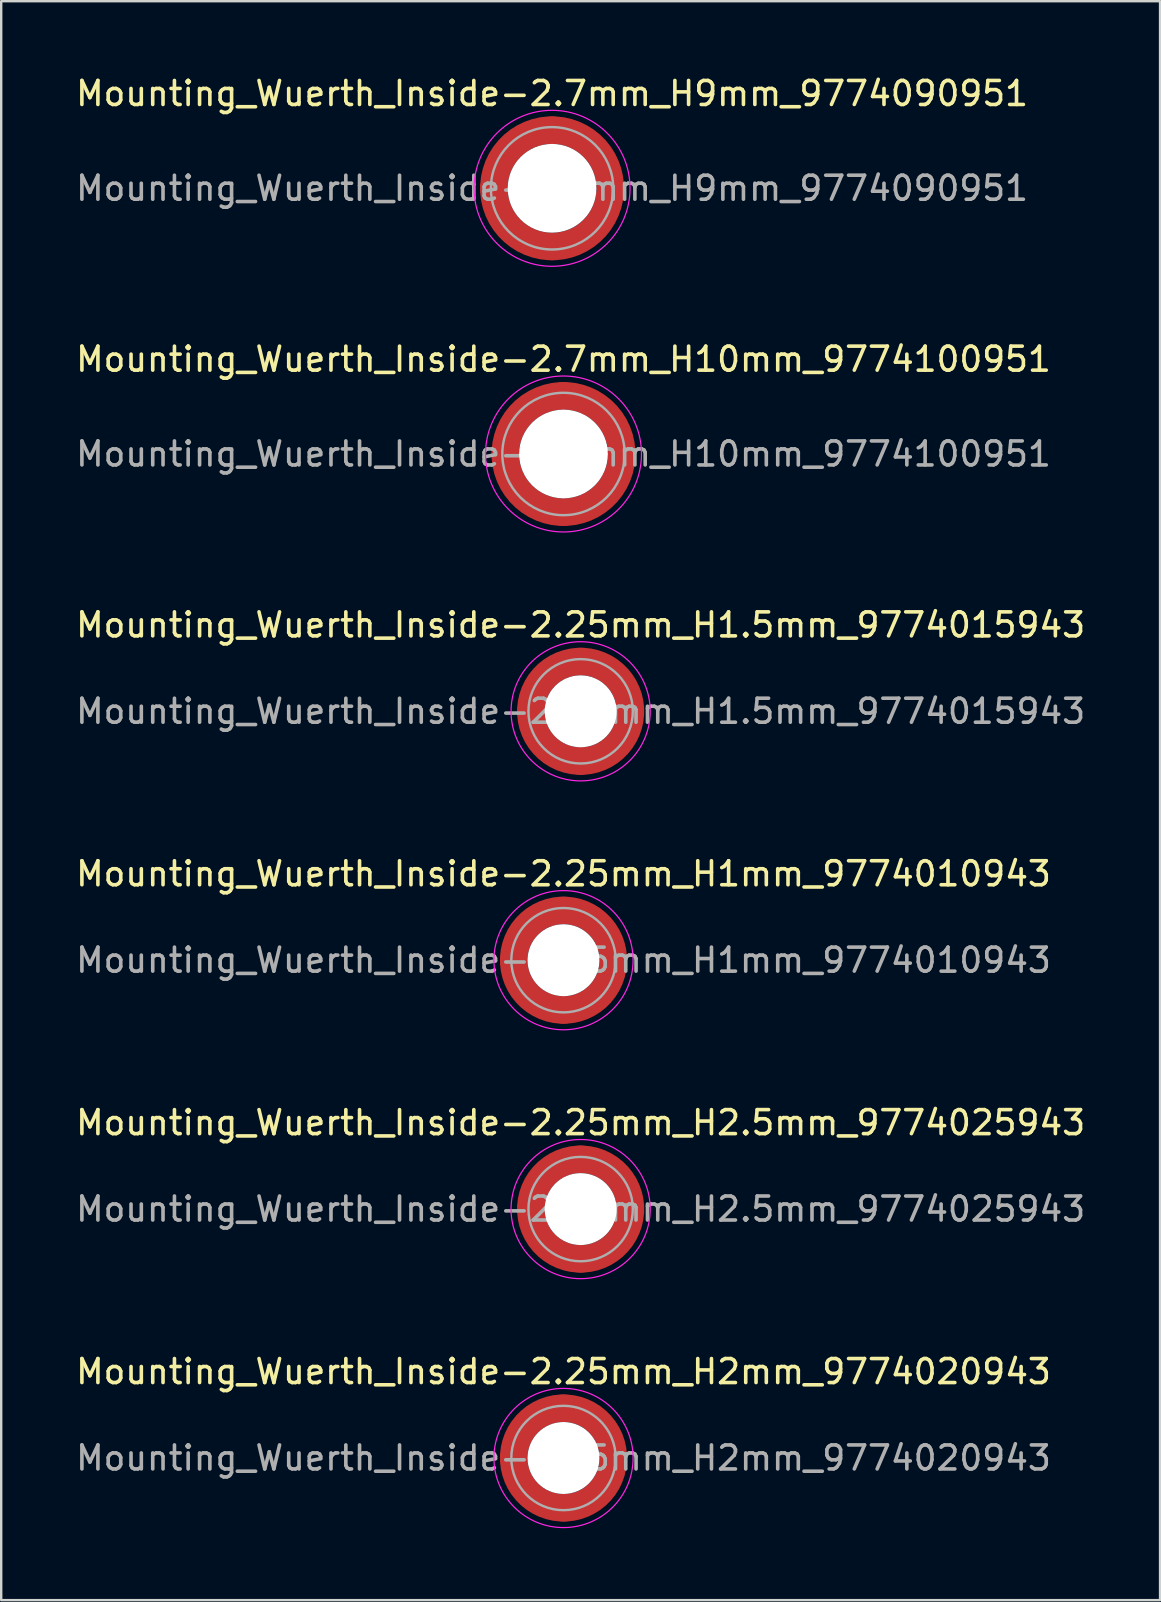
<source format=kicad_pcb>
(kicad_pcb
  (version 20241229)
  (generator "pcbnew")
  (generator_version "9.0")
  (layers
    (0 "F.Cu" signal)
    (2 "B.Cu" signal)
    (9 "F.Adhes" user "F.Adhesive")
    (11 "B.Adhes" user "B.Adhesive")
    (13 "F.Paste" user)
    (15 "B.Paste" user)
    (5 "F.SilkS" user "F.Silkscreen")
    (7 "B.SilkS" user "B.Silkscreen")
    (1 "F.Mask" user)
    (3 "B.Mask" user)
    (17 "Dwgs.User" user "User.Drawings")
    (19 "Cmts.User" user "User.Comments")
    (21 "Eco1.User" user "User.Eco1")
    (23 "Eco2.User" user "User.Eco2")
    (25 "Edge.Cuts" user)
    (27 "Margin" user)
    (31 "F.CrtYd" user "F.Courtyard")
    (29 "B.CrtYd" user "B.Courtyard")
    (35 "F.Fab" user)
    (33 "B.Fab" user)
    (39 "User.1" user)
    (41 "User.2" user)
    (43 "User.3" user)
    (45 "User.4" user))
  (footprint "Mounting_Wuerth_Inside-2.7mm_H9mm_9774090951"
    (layer "F.Cu")
    (at 19.958 4.798)
    (property "Reference" "Mounting_Wuerth_Inside-2.7mm_H9mm_9774090951" (at 0 -3.95 0) (layer "F.SilkS") (effects (font (size 1 1) (thickness 0.15))))
    (attr smd)
    (fp_circle (center 0 0) (end 3.25 0) (stroke (width 0.05) (type solid)) (fill no) (layer "F.CrtYd"))
    (fp_circle (center 0 0) (end 2.55 0) (stroke (width 0.1) (type solid)) (fill no) (layer "F.Fab"))
    (fp_text user "${REFERENCE}" (at 0 0 0) (layer "F.Fab") (effects (font (size 1 1) (thickness 0.15))))
    (pad "" smd custom (at -1.704 -1.704) (size 1.02 1.02) (layers "F.Paste") (options (anchor circle)) (primitives (gr_arc (start -0.371355 1.124127) (mid 0.180312 0.180312) (end 1.124127 -0.371355) (width 0.51)) (gr_arc (start -0.635039 1.124127) (mid 0 0) (end 1.124127 -0.635039) (width 0.51)) (gr_arc (start -0.896993 1.124127) (mid -0.180313 -0.180313) (end 1.124127 -0.896993) (width 0.51)) (gr_line (start 1.124 -0.371) (end 1.124 -0.897) (width 0.51)) (gr_line (start -0.371 1.124) (end -0.897 1.124) (width 0.51))))
    (pad "" smd custom (at -1.704 1.704) (size 1.02 1.02) (layers "F.Paste") (options (anchor circle)) (primitives (gr_arc (start 1.124127 0.371355) (mid 0.180312 -0.180312) (end -0.371355 -1.124127) (width 0.51)) (gr_arc (start 1.124127 0.635039) (mid 0 0) (end -0.635039 -1.124127) (width 0.51)) (gr_arc (start 1.124127 0.896993) (mid -0.180313 0.180313) (end -0.896993 -1.124127) (width 0.51)) (gr_line (start -0.371 -1.124) (end -0.897 -1.124) (width 0.51)) (gr_line (start 1.124 0.371) (end 1.124 0.897) (width 0.51))))
    (pad "" np_thru_hole circle (at 0 0) (size 3.7 3.7) (drill 3.7) (layers "*.Cu" "*.Mask"))
    (pad "" smd custom (at 1.704 -1.704) (size 1.02 1.02) (layers "F.Paste") (options (anchor circle)) (primitives (gr_arc (start -1.124127 -0.371355) (mid -0.180312 0.180312) (end 0.371355 1.124127) (width 0.51)) (gr_arc (start -1.124127 -0.635039) (mid 0 0) (end 0.635039 1.124127) (width 0.51)) (gr_arc (start -1.124127 -0.896993) (mid 0.180313 -0.180313) (end 0.896993 1.124127) (width 0.51)) (gr_line (start 0.371 1.124) (end 0.897 1.124) (width 0.51)) (gr_line (start -1.124 -0.371) (end -1.124 -0.897) (width 0.51))))
    (pad "" smd custom (at 1.704 1.704) (size 1.02 1.02) (layers "F.Paste") (options (anchor circle)) (primitives (gr_arc (start 0.371355 -1.124127) (mid -0.180312 -0.180312) (end -1.124127 0.371355) (width 0.51)) (gr_arc (start 0.635039 -1.124127) (mid 0 0) (end -1.124127 0.635039) (width 0.51)) (gr_arc (start 0.896993 -1.124127) (mid 0.180313 0.180313) (end -1.124127 0.896993) (width 0.51)) (gr_line (start -1.124 0.371) (end -1.124 0.897) (width 0.51)) (gr_line (start 0.371 -1.124) (end 0.897 -1.124) (width 0.51))))
    (pad "1" smd circle (at -2.425 0) (size 1.15 1.15) (layers "F.Cu"))
    (pad "1" smd circle (at 0 -2.425) (size 1.15 1.15) (layers "F.Cu"))
    (pad "1" smd circle (at 0 2.425) (size 1.15 1.15) (layers "F.Cu"))
    (pad "1" smd custom (at 2.425 0) (size 1.15 1.15) (layers "F.Cu" "F.Mask") (options (anchor circle)) (primitives (gr_circle (center -2.425 0) (end 0 0) (width 1.15) (fill no)))))
  (footprint "Mounting_Wuerth_Inside-2.25mm_H1mm_9774010943"
    (layer "F.Cu")
    (at 20.435 36.968)
    (property "Reference" "Mounting_Wuerth_Inside-2.25mm_H1mm_9774010943" (at 0 -3.6 0) (layer "F.SilkS") (effects (font (size 1 1) (thickness 0.15))))
    (attr smd)
    (fp_circle (center 0 0) (end 2.9 0) (stroke (width 0.05) (type solid)) (fill no) (layer "F.CrtYd"))
    (fp_circle (center 0 0) (end 2.175 0) (stroke (width 0.1) (type solid)) (fill no) (layer "F.Fab"))
    (fp_text user "${REFERENCE}" (at 0 0 0) (layer "F.Fab") (effects (font (size 1 1) (thickness 0.15))))
    (pad "" smd custom (at -1.453 -1.453) (size 1.01 1.01) (layers "F.Paste") (options (anchor circle)) (primitives (gr_arc (start -0.262632 0.900604) (mid 0.178544 0.178544) (end 0.900604 -0.262632) (width 0.505)) (gr_arc (start -0.526231 0.900604) (mid 0 0) (end 0.900604 -0.526231) (width 0.505)) (gr_arc (start -0.787275 0.900604) (mid -0.178545 -0.178545) (end 0.900604 -0.787275) (width 0.505)) (gr_line (start 0.901 -0.263) (end 0.901 -0.787) (width 0.505)) (gr_line (start -0.263 0.901) (end -0.787 0.901) (width 0.505))))
    (pad "" smd custom (at -1.453 1.453) (size 1.01 1.01) (layers "F.Paste") (options (anchor circle)) (primitives (gr_arc (start 0.900604 0.262632) (mid 0.178544 -0.178544) (end -0.262632 -0.900604) (width 0.505)) (gr_arc (start 0.900604 0.526231) (mid 0 0) (end -0.526231 -0.900604) (width 0.505)) (gr_arc (start 0.900604 0.787275) (mid -0.178545 0.178545) (end -0.787275 -0.900604) (width 0.505)) (gr_line (start -0.263 -0.901) (end -0.787 -0.901) (width 0.505)) (gr_line (start 0.901 0.263) (end 0.901 0.787) (width 0.505))))
    (pad "" np_thru_hole circle (at 0 0) (size 3 3) (drill 3) (layers "*.Cu" "*.Mask"))
    (pad "" smd custom (at 1.453 -1.453) (size 1.01 1.01) (layers "F.Paste") (options (anchor circle)) (primitives (gr_arc (start -0.900604 -0.262632) (mid -0.178544 0.178544) (end 0.262632 0.900604) (width 0.505)) (gr_arc (start -0.900604 -0.526231) (mid 0 0) (end 0.526231 0.900604) (width 0.505)) (gr_arc (start -0.900604 -0.787275) (mid 0.178545 -0.178545) (end 0.787275 0.900604) (width 0.505)) (gr_line (start 0.263 0.901) (end 0.787 0.901) (width 0.505)) (gr_line (start -0.901 -0.263) (end -0.901 -0.787) (width 0.505))))
    (pad "" smd custom (at 1.453 1.453) (size 1.01 1.01) (layers "F.Paste") (options (anchor circle)) (primitives (gr_arc (start 0.262632 -0.900604) (mid -0.178544 -0.178544) (end -0.900604 0.262632) (width 0.505)) (gr_arc (start 0.526231 -0.900604) (mid 0 0) (end -0.900604 0.526231) (width 0.505)) (gr_arc (start 0.787275 -0.900604) (mid 0.178545 0.178545) (end -0.900604 0.787275) (width 0.505)) (gr_line (start -0.901 0.263) (end -0.901 0.787) (width 0.505)) (gr_line (start 0.263 -0.901) (end 0.787 -0.901) (width 0.505))))
    (pad "1" smd circle (at -2.075 0) (size 1.15 1.15) (layers "F.Cu"))
    (pad "1" smd circle (at 0 -2.075) (size 1.15 1.15) (layers "F.Cu"))
    (pad "1" smd circle (at 0 2.075) (size 1.15 1.15) (layers "F.Cu"))
    (pad "1" smd custom (at 2.075 0) (size 1.15 1.15) (layers "F.Cu" "F.Mask") (options (anchor circle)) (primitives (gr_circle (center -2.075 0) (end 0 0) (width 1.15) (fill no)))))
  (footprint "Mounting_Wuerth_Inside-2.7mm_H10mm_9774100951"
    (layer "F.Cu")
    (at 20.435 15.871)
    (property "Reference" "Mounting_Wuerth_Inside-2.7mm_H10mm_9774100951" (at 0 -3.95 0) (layer "F.SilkS") (effects (font (size 1 1) (thickness 0.15))))
    (attr smd)
    (fp_circle (center 0 0) (end 3.25 0) (stroke (width 0.05) (type solid)) (fill no) (layer "F.CrtYd"))
    (fp_circle (center 0 0) (end 2.55 0) (stroke (width 0.1) (type solid)) (fill no) (layer "F.Fab"))
    (fp_text user "${REFERENCE}" (at 0 0 0) (layer "F.Fab") (effects (font (size 1 1) (thickness 0.15))))
    (pad "" smd custom (at -1.704 -1.704) (size 1.02 1.02) (layers "F.Paste") (options (anchor circle)) (primitives (gr_arc (start -0.371355 1.124127) (mid 0.180312 0.180312) (end 1.124127 -0.371355) (width 0.51)) (gr_arc (start -0.635039 1.124127) (mid 0 0) (end 1.124127 -0.635039) (width 0.51)) (gr_arc (start -0.896993 1.124127) (mid -0.180313 -0.180313) (end 1.124127 -0.896993) (width 0.51)) (gr_line (start 1.124 -0.371) (end 1.124 -0.897) (width 0.51)) (gr_line (start -0.371 1.124) (end -0.897 1.124) (width 0.51))))
    (pad "" smd custom (at -1.704 1.704) (size 1.02 1.02) (layers "F.Paste") (options (anchor circle)) (primitives (gr_arc (start 1.124127 0.371355) (mid 0.180312 -0.180312) (end -0.371355 -1.124127) (width 0.51)) (gr_arc (start 1.124127 0.635039) (mid 0 0) (end -0.635039 -1.124127) (width 0.51)) (gr_arc (start 1.124127 0.896993) (mid -0.180313 0.180313) (end -0.896993 -1.124127) (width 0.51)) (gr_line (start -0.371 -1.124) (end -0.897 -1.124) (width 0.51)) (gr_line (start 1.124 0.371) (end 1.124 0.897) (width 0.51))))
    (pad "" np_thru_hole circle (at 0 0) (size 3.7 3.7) (drill 3.7) (layers "*.Cu" "*.Mask"))
    (pad "" smd custom (at 1.704 -1.704) (size 1.02 1.02) (layers "F.Paste") (options (anchor circle)) (primitives (gr_arc (start -1.124127 -0.371355) (mid -0.180312 0.180312) (end 0.371355 1.124127) (width 0.51)) (gr_arc (start -1.124127 -0.635039) (mid 0 0) (end 0.635039 1.124127) (width 0.51)) (gr_arc (start -1.124127 -0.896993) (mid 0.180313 -0.180313) (end 0.896993 1.124127) (width 0.51)) (gr_line (start 0.371 1.124) (end 0.897 1.124) (width 0.51)) (gr_line (start -1.124 -0.371) (end -1.124 -0.897) (width 0.51))))
    (pad "" smd custom (at 1.704 1.704) (size 1.02 1.02) (layers "F.Paste") (options (anchor circle)) (primitives (gr_arc (start 0.371355 -1.124127) (mid -0.180312 -0.180312) (end -1.124127 0.371355) (width 0.51)) (gr_arc (start 0.635039 -1.124127) (mid 0 0) (end -1.124127 0.635039) (width 0.51)) (gr_arc (start 0.896993 -1.124127) (mid 0.180313 0.180313) (end -1.124127 0.896993) (width 0.51)) (gr_line (start -1.124 0.371) (end -1.124 0.897) (width 0.51)) (gr_line (start 0.371 -1.124) (end 0.897 -1.124) (width 0.51))))
    (pad "1" smd circle (at -2.425 0) (size 1.15 1.15) (layers "F.Cu"))
    (pad "1" smd circle (at 0 -2.425) (size 1.15 1.15) (layers "F.Cu"))
    (pad "1" smd circle (at 0 2.425) (size 1.15 1.15) (layers "F.Cu"))
    (pad "1" smd custom (at 2.425 0) (size 1.15 1.15) (layers "F.Cu" "F.Mask") (options (anchor circle)) (primitives (gr_circle (center -2.425 0) (end 0 0) (width 1.15) (fill no)))))
  (footprint "Mounting_Wuerth_Inside-2.25mm_H1.5mm_9774015943"
    (layer "F.Cu")
    (at 21.149 26.595)
    (property "Reference" "Mounting_Wuerth_Inside-2.25mm_H1.5mm_9774015943" (at 0 -3.6 0) (layer "F.SilkS") (effects (font (size 1 1) (thickness 0.15))))
    (attr smd)
    (fp_circle (center 0 0) (end 2.9 0) (stroke (width 0.05) (type solid)) (fill no) (layer "F.CrtYd"))
    (fp_circle (center 0 0) (end 2.175 0) (stroke (width 0.1) (type solid)) (fill no) (layer "F.Fab"))
    (fp_text user "${REFERENCE}" (at 0 0 0) (layer "F.Fab") (effects (font (size 1 1) (thickness 0.15))))
    (pad "" smd custom (at -1.453 -1.453) (size 1.01 1.01) (layers "F.Paste") (options (anchor circle)) (primitives (gr_arc (start -0.262632 0.900604) (mid 0.178544 0.178544) (end 0.900604 -0.262632) (width 0.505)) (gr_arc (start -0.526231 0.900604) (mid 0 0) (end 0.900604 -0.526231) (width 0.505)) (gr_arc (start -0.787275 0.900604) (mid -0.178545 -0.178545) (end 0.900604 -0.787275) (width 0.505)) (gr_line (start 0.901 -0.263) (end 0.901 -0.787) (width 0.505)) (gr_line (start -0.263 0.901) (end -0.787 0.901) (width 0.505))))
    (pad "" smd custom (at -1.453 1.453) (size 1.01 1.01) (layers "F.Paste") (options (anchor circle)) (primitives (gr_arc (start 0.900604 0.262632) (mid 0.178544 -0.178544) (end -0.262632 -0.900604) (width 0.505)) (gr_arc (start 0.900604 0.526231) (mid 0 0) (end -0.526231 -0.900604) (width 0.505)) (gr_arc (start 0.900604 0.787275) (mid -0.178545 0.178545) (end -0.787275 -0.900604) (width 0.505)) (gr_line (start -0.263 -0.901) (end -0.787 -0.901) (width 0.505)) (gr_line (start 0.901 0.263) (end 0.901 0.787) (width 0.505))))
    (pad "" np_thru_hole circle (at 0 0) (size 3 3) (drill 3) (layers "*.Cu" "*.Mask"))
    (pad "" smd custom (at 1.453 -1.453) (size 1.01 1.01) (layers "F.Paste") (options (anchor circle)) (primitives (gr_arc (start -0.900604 -0.262632) (mid -0.178544 0.178544) (end 0.262632 0.900604) (width 0.505)) (gr_arc (start -0.900604 -0.526231) (mid 0 0) (end 0.526231 0.900604) (width 0.505)) (gr_arc (start -0.900604 -0.787275) (mid 0.178545 -0.178545) (end 0.787275 0.900604) (width 0.505)) (gr_line (start 0.263 0.901) (end 0.787 0.901) (width 0.505)) (gr_line (start -0.901 -0.263) (end -0.901 -0.787) (width 0.505))))
    (pad "" smd custom (at 1.453 1.453) (size 1.01 1.01) (layers "F.Paste") (options (anchor circle)) (primitives (gr_arc (start 0.262632 -0.900604) (mid -0.178544 -0.178544) (end -0.900604 0.262632) (width 0.505)) (gr_arc (start 0.526231 -0.900604) (mid 0 0) (end -0.900604 0.526231) (width 0.505)) (gr_arc (start 0.787275 -0.900604) (mid 0.178545 0.178545) (end -0.900604 0.787275) (width 0.505)) (gr_line (start -0.901 0.263) (end -0.901 0.787) (width 0.505)) (gr_line (start 0.263 -0.901) (end 0.787 -0.901) (width 0.505))))
    (pad "1" smd circle (at -2.075 0) (size 1.15 1.15) (layers "F.Cu"))
    (pad "1" smd circle (at 0 -2.075) (size 1.15 1.15) (layers "F.Cu"))
    (pad "1" smd circle (at 0 2.075) (size 1.15 1.15) (layers "F.Cu"))
    (pad "1" smd custom (at 2.075 0) (size 1.15 1.15) (layers "F.Cu" "F.Mask") (options (anchor circle)) (primitives (gr_circle (center -2.075 0) (end 0 0) (width 1.15) (fill no)))))
  (footprint "Mounting_Wuerth_Inside-2.25mm_H2.5mm_9774025943"
    (layer "F.Cu")
    (at 21.149 47.341)
    (property "Reference" "Mounting_Wuerth_Inside-2.25mm_H2.5mm_9774025943" (at 0 -3.6 0) (layer "F.SilkS") (effects (font (size 1 1) (thickness 0.15))))
    (attr smd)
    (fp_circle (center 0 0) (end 2.9 0) (stroke (width 0.05) (type solid)) (fill no) (layer "F.CrtYd"))
    (fp_circle (center 0 0) (end 2.175 0) (stroke (width 0.1) (type solid)) (fill no) (layer "F.Fab"))
    (fp_text user "${REFERENCE}" (at 0 0 0) (layer "F.Fab") (effects (font (size 1 1) (thickness 0.15))))
    (pad "" smd custom (at -1.453 -1.453) (size 1.01 1.01) (layers "F.Paste") (options (anchor circle)) (primitives (gr_arc (start -0.262632 0.900604) (mid 0.178544 0.178544) (end 0.900604 -0.262632) (width 0.505)) (gr_arc (start -0.526231 0.900604) (mid 0 0) (end 0.900604 -0.526231) (width 0.505)) (gr_arc (start -0.787275 0.900604) (mid -0.178545 -0.178545) (end 0.900604 -0.787275) (width 0.505)) (gr_line (start 0.901 -0.263) (end 0.901 -0.787) (width 0.505)) (gr_line (start -0.263 0.901) (end -0.787 0.901) (width 0.505))))
    (pad "" smd custom (at -1.453 1.453) (size 1.01 1.01) (layers "F.Paste") (options (anchor circle)) (primitives (gr_arc (start 0.900604 0.262632) (mid 0.178544 -0.178544) (end -0.262632 -0.900604) (width 0.505)) (gr_arc (start 0.900604 0.526231) (mid 0 0) (end -0.526231 -0.900604) (width 0.505)) (gr_arc (start 0.900604 0.787275) (mid -0.178545 0.178545) (end -0.787275 -0.900604) (width 0.505)) (gr_line (start -0.263 -0.901) (end -0.787 -0.901) (width 0.505)) (gr_line (start 0.901 0.263) (end 0.901 0.787) (width 0.505))))
    (pad "" np_thru_hole circle (at 0 0) (size 3 3) (drill 3) (layers "*.Cu" "*.Mask"))
    (pad "" smd custom (at 1.453 -1.453) (size 1.01 1.01) (layers "F.Paste") (options (anchor circle)) (primitives (gr_arc (start -0.900604 -0.262632) (mid -0.178544 0.178544) (end 0.262632 0.900604) (width 0.505)) (gr_arc (start -0.900604 -0.526231) (mid 0 0) (end 0.526231 0.900604) (width 0.505)) (gr_arc (start -0.900604 -0.787275) (mid 0.178545 -0.178545) (end 0.787275 0.900604) (width 0.505)) (gr_line (start 0.263 0.901) (end 0.787 0.901) (width 0.505)) (gr_line (start -0.901 -0.263) (end -0.901 -0.787) (width 0.505))))
    (pad "" smd custom (at 1.453 1.453) (size 1.01 1.01) (layers "F.Paste") (options (anchor circle)) (primitives (gr_arc (start 0.262632 -0.900604) (mid -0.178544 -0.178544) (end -0.900604 0.262632) (width 0.505)) (gr_arc (start 0.526231 -0.900604) (mid 0 0) (end -0.900604 0.526231) (width 0.505)) (gr_arc (start 0.787275 -0.900604) (mid 0.178545 0.178545) (end -0.900604 0.787275) (width 0.505)) (gr_line (start -0.901 0.263) (end -0.901 0.787) (width 0.505)) (gr_line (start 0.263 -0.901) (end 0.787 -0.901) (width 0.505))))
    (pad "1" smd circle (at -2.075 0) (size 1.15 1.15) (layers "F.Cu"))
    (pad "1" smd circle (at 0 -2.075) (size 1.15 1.15) (layers "F.Cu"))
    (pad "1" smd circle (at 0 2.075) (size 1.15 1.15) (layers "F.Cu"))
    (pad "1" smd custom (at 2.075 0) (size 1.15 1.15) (layers "F.Cu" "F.Mask") (options (anchor circle)) (primitives (gr_circle (center -2.075 0) (end 0 0) (width 1.15) (fill no)))))
  (footprint "Mounting_Wuerth_Inside-2.25mm_H2mm_9774020943"
    (layer "F.Cu")
    (at 20.435 57.715)
    (property "Reference" "Mounting_Wuerth_Inside-2.25mm_H2mm_9774020943" (at 0 -3.6 0) (layer "F.SilkS") (effects (font (size 1 1) (thickness 0.15))))
    (attr smd)
    (fp_circle (center 0 0) (end 2.9 0) (stroke (width 0.05) (type solid)) (fill no) (layer "F.CrtYd"))
    (fp_circle (center 0 0) (end 2.175 0) (stroke (width 0.1) (type solid)) (fill no) (layer "F.Fab"))
    (fp_text user "${REFERENCE}" (at 0 0 0) (layer "F.Fab") (effects (font (size 1 1) (thickness 0.15))))
    (pad "" smd custom (at -1.453 -1.453) (size 1.01 1.01) (layers "F.Paste") (options (anchor circle)) (primitives (gr_arc (start -0.262632 0.900604) (mid 0.178544 0.178544) (end 0.900604 -0.262632) (width 0.505)) (gr_arc (start -0.526231 0.900604) (mid 0 0) (end 0.900604 -0.526231) (width 0.505)) (gr_arc (start -0.787275 0.900604) (mid -0.178545 -0.178545) (end 0.900604 -0.787275) (width 0.505)) (gr_line (start 0.901 -0.263) (end 0.901 -0.787) (width 0.505)) (gr_line (start -0.263 0.901) (end -0.787 0.901) (width 0.505))))
    (pad "" smd custom (at -1.453 1.453) (size 1.01 1.01) (layers "F.Paste") (options (anchor circle)) (primitives (gr_arc (start 0.900604 0.262632) (mid 0.178544 -0.178544) (end -0.262632 -0.900604) (width 0.505)) (gr_arc (start 0.900604 0.526231) (mid 0 0) (end -0.526231 -0.900604) (width 0.505)) (gr_arc (start 0.900604 0.787275) (mid -0.178545 0.178545) (end -0.787275 -0.900604) (width 0.505)) (gr_line (start -0.263 -0.901) (end -0.787 -0.901) (width 0.505)) (gr_line (start 0.901 0.263) (end 0.901 0.787) (width 0.505))))
    (pad "" np_thru_hole circle (at 0 0) (size 3 3) (drill 3) (layers "*.Cu" "*.Mask"))
    (pad "" smd custom (at 1.453 -1.453) (size 1.01 1.01) (layers "F.Paste") (options (anchor circle)) (primitives (gr_arc (start -0.900604 -0.262632) (mid -0.178544 0.178544) (end 0.262632 0.900604) (width 0.505)) (gr_arc (start -0.900604 -0.526231) (mid 0 0) (end 0.526231 0.900604) (width 0.505)) (gr_arc (start -0.900604 -0.787275) (mid 0.178545 -0.178545) (end 0.787275 0.900604) (width 0.505)) (gr_line (start 0.263 0.901) (end 0.787 0.901) (width 0.505)) (gr_line (start -0.901 -0.263) (end -0.901 -0.787) (width 0.505))))
    (pad "" smd custom (at 1.453 1.453) (size 1.01 1.01) (layers "F.Paste") (options (anchor circle)) (primitives (gr_arc (start 0.262632 -0.900604) (mid -0.178544 -0.178544) (end -0.900604 0.262632) (width 0.505)) (gr_arc (start 0.526231 -0.900604) (mid 0 0) (end -0.900604 0.526231) (width 0.505)) (gr_arc (start 0.787275 -0.900604) (mid 0.178545 0.178545) (end -0.900604 0.787275) (width 0.505)) (gr_line (start -0.901 0.263) (end -0.901 0.787) (width 0.505)) (gr_line (start 0.263 -0.901) (end 0.787 -0.901) (width 0.505))))
    (pad "1" smd circle (at -2.075 0) (size 1.15 1.15) (layers "F.Cu"))
    (pad "1" smd circle (at 0 -2.075) (size 1.15 1.15) (layers "F.Cu"))
    (pad "1" smd circle (at 0 2.075) (size 1.15 1.15) (layers "F.Cu"))
    (pad "1" smd custom (at 2.075 0) (size 1.15 1.15) (layers "F.Cu" "F.Mask") (options (anchor circle)) (primitives (gr_circle (center -2.075 0) (end 0 0) (width 1.15) (fill no)))))
  (gr_rect
    (start -3 -3)
    (end 45.298 63.639)
    (stroke (width 0.1) (type default))
    (fill no)
    (layer "Edge.Cuts")))
</source>
